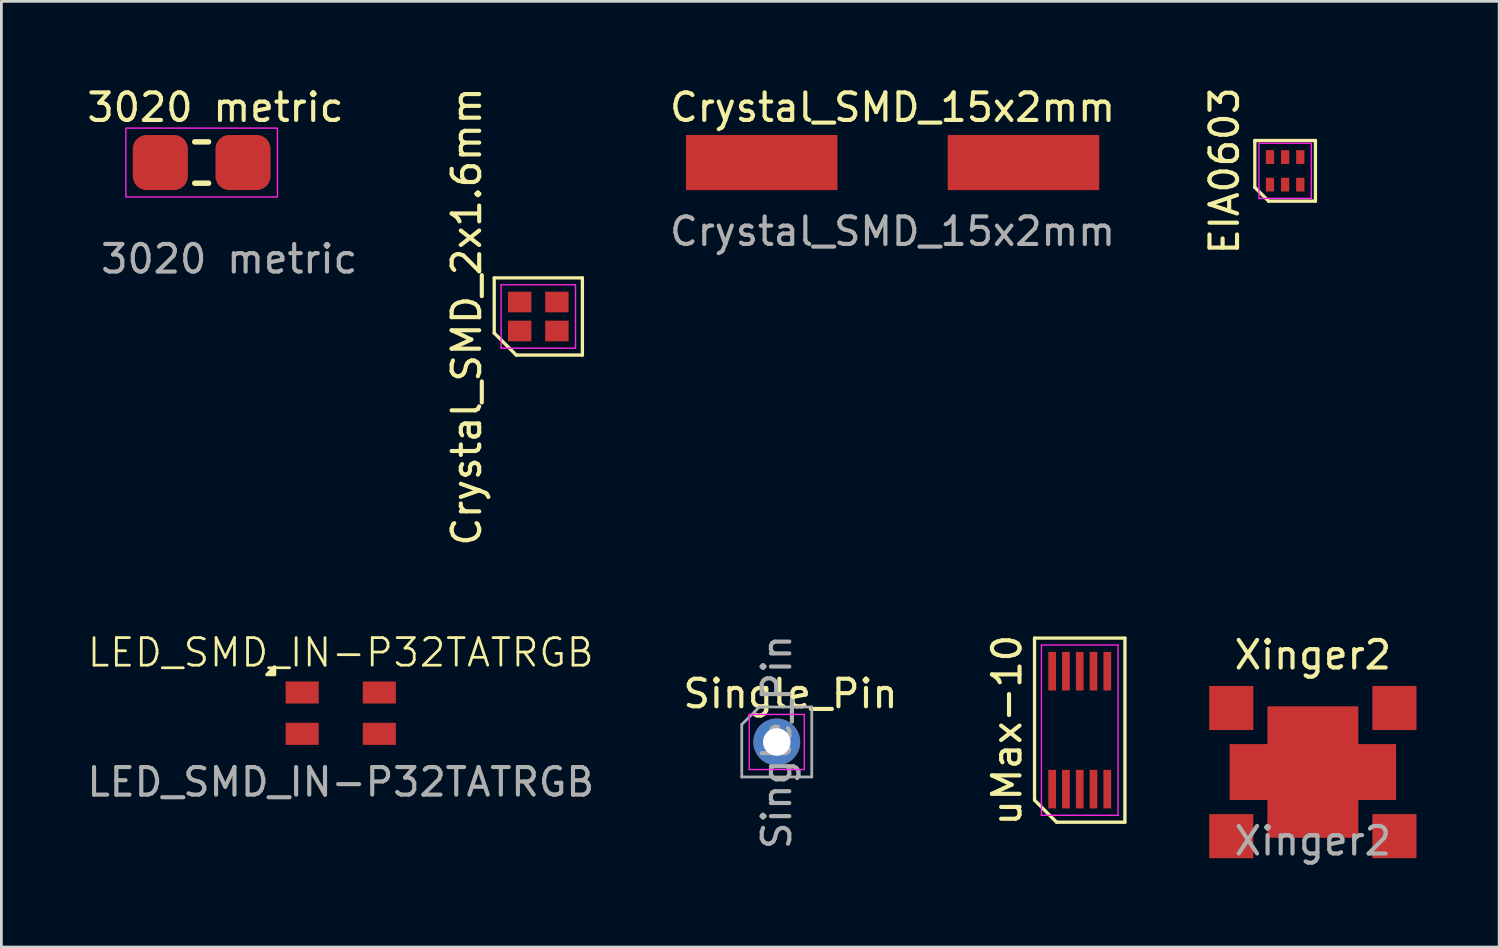
<source format=kicad_pcb>
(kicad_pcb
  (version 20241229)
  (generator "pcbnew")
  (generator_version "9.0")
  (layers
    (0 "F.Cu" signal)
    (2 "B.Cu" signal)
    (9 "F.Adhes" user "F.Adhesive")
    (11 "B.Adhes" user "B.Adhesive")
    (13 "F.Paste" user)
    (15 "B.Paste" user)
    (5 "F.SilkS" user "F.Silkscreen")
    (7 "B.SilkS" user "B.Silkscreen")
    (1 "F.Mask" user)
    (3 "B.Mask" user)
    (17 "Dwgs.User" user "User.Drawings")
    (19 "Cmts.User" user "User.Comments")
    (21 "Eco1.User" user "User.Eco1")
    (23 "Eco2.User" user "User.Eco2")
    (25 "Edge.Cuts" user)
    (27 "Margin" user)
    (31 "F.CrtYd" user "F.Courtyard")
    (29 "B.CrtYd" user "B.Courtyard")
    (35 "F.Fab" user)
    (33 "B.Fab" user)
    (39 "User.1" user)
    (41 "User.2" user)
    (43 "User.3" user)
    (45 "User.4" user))
  (footprint "LED_SMD_IN-P32TATRGB"
    (layer "F.Cu")
    (at 9.315 22.83)
    (property "Reference" "LED_SMD_IN-P32TATRGB" (at 0 -2.2 0) (unlocked yes) (layer "F.SilkS") (effects (font (size 1 1) (thickness 0.1))))
    (attr smd)
    (fp_poly (pts (xy -2.4 -1.4) (xy -2.68 -1.4) (xy -2.4 -1.68) (xy -2.4 -1.4)) (stroke (width 0.12) (type solid)) (fill yes) (layer "F.SilkS"))
    (fp_text user "${REFERENCE}" (at 0 2.5 0) (unlocked yes) (layer "F.Fab") (effects (font (size 1 1) (thickness 0.15))))
    (pad "1" smd rect (at -1.4 -0.75) (size 1.2 0.8) (layers "F.Cu" "F.Mask" "F.Paste"))
    (pad "2" smd rect (at 1.4 -0.75) (size 1.2 0.8) (layers "F.Cu" "F.Mask" "F.Paste"))
    (pad "3" smd rect (at -1.4 0.75) (size 1.2 0.8) (layers "F.Cu" "F.Mask" "F.Paste"))
    (pad "4" smd rect (at 1.4 0.75) (size 1.2 0.8) (layers "F.Cu" "F.Mask" "F.Paste")))
  (footprint "Xinger2"
    (layer "F.Cu")
    (at 44.591 24.967)
    (property "Reference" "Xinger2" (at 0 -4.25 0) (unlocked yes) (layer "F.SilkS") (effects (font (size 1 1) (thickness 0.15))))
    (attr smd)
    (fp_text user "${REFERENCE}" (at 0 2.5 0) (unlocked yes) (layer "F.Fab") (effects (font (size 1 1) (thickness 0.15))))
    (pad "1" smd rect (at -2.96 -2.325) (size 1.6 1.6) (layers "F.Cu" "F.Mask" "F.Paste"))
    (pad "2" smd rect (at 2.96 -2.325) (size 1.6 1.6) (layers "F.Cu" "F.Mask" "F.Paste"))
    (pad "3" smd rect (at 2.96 2.325) (size 1.6 1.6) (layers "F.Cu" "F.Mask" "F.Paste"))
    (pad "4" smd rect (at -2.96 2.325) (size 1.6 1.6) (layers "F.Cu" "F.Mask" "F.Paste"))
    (pad "5" smd custom (at 0 0) (size 1.6 1.6) (layers "F.Cu" "F.Mask" "F.Paste") (options (anchor rect)) (primitives (gr_poly (pts (xy 1.65 -2.385) (xy 1.65 -1.015) (xy 3.02 -1.015) (xy 3.02 1.015) (xy 1.65 1.015) (xy 1.65 2.385) (xy -1.65 2.385) (xy -1.65 1.015) (xy -3.02 1.015) (xy -3.02 -1.015) (xy -1.65 -1.015) (xy -1.65 -2.385)) (width 0) (fill yes)))))
  (footprint "3020 metric"
    (layer "F.Cu")
    (at 4.268 2.848)
    (property "Reference" "3020 metric" (at 0.5 -2 0) (unlocked yes) (layer "F.SilkS") (effects (font (size 1 1) (thickness 0.15))))
    (attr smd)
    (fp_line (start -0.25 -0.75) (end 0.25 -0.75) (stroke (width 0.2) (type solid)) (layer "F.SilkS"))
    (fp_line (start -0.25 0.75) (end 0.25 0.75) (stroke (width 0.2) (type solid)) (layer "F.SilkS"))
    (fp_rect (start -2.75 -1.25) (end 2.75 1.25) (stroke (width 0.05) (type solid)) (fill no) (layer "F.CrtYd"))
    (fp_text user "${REFERENCE}" (at 1 3.5 0) (unlocked yes) (layer "F.Fab") (effects (font (size 1 1) (thickness 0.15))))
    (pad "1" smd roundrect (at -1.5 0) (size 2 2) (layers "F.Cu" "F.Mask" "F.Paste") (roundrect_rratio 0.25))
    (pad "2" smd roundrect (at 1.5 0) (size 2 2) (layers "F.Cu" "F.Mask" "F.Paste") (roundrect_rratio 0.25)))
  (footprint "EIA0603"
    (layer "F.Cu")
    (at 43.585 3.149)
    (property "Reference" "EIA0603" (at -2.2 0 90) (layer "F.SilkS") (effects (font (size 1 1) (thickness 0.15))))
    (attr smd)
    (fp_line (start -1.1 -1.1) (end 1.1 -1.1) (stroke (width 0.12) (type solid)) (layer "F.SilkS"))
    (fp_line (start -1.1 0.6) (end -1.1 -1.1) (stroke (width 0.12) (type solid)) (layer "F.SilkS"))
    (fp_line (start -0.6 1.1) (end -1.1 0.6) (stroke (width 0.12) (type solid)) (layer "F.SilkS"))
    (fp_line (start 1.1 -1.1) (end 1.1 1.1) (stroke (width 0.12) (type solid)) (layer "F.SilkS"))
    (fp_line (start 1.1 1.1) (end -0.6 1.1) (stroke (width 0.12) (type solid)) (layer "F.SilkS"))
    (fp_line (start -0.95 -1) (end 0.95 -1) (stroke (width 0.05) (type solid)) (layer "F.CrtYd"))
    (fp_line (start -0.95 1) (end -0.95 -1) (stroke (width 0.05) (type solid)) (layer "F.CrtYd"))
    (fp_line (start 0.95 -1) (end 0.95 1) (stroke (width 0.05) (type solid)) (layer "F.CrtYd"))
    (fp_line (start 0.95 1) (end -0.95 1) (stroke (width 0.05) (type solid)) (layer "F.CrtYd"))
    (pad "1" smd rect (at -0.55 0.5) (size 0.3 0.5) (layers "F.Cu" "F.Mask" "F.Paste"))
    (pad "2" smd rect (at 0 0.5) (size 0.3 0.5) (layers "F.Cu" "F.Mask" "F.Paste"))
    (pad "3" smd rect (at 0.55 0.5) (size 0.3 0.5) (layers "F.Cu" "F.Mask" "F.Paste"))
    (pad "4" smd rect (at 0.55 -0.5) (size 0.3 0.5) (layers "F.Cu" "F.Mask" "F.Paste"))
    (pad "5" smd rect (at 0 -0.5) (size 0.3 0.5) (layers "F.Cu" "F.Mask" "F.Paste"))
    (pad "6" smd rect (at -0.55 -0.5) (size 0.3 0.5) (layers "F.Cu" "F.Mask" "F.Paste")))
  (footprint "Crystal_SMD_15x2mm"
    (layer "F.Cu")
    (at 29.34 2.848)
    (property "Reference" "Crystal_SMD_15x2mm" (at 0 -2 0) (unlocked yes) (layer "F.SilkS") (effects (font (size 1 1) (thickness 0.15))))
    (attr smd)
    (fp_text user "${REFERENCE}" (at 0 2.5 0) (unlocked yes) (layer "F.Fab") (effects (font (size 1 1) (thickness 0.15))))
    (pad "1" smd rect (at -4.75 0) (size 5.5 2) (layers "F.Cu" "F.Mask" "F.Paste"))
    (pad "2" smd rect (at 4.75 0) (size 5.5 2) (layers "F.Cu" "F.Mask" "F.Paste")))
  (footprint "Single_Pin"
    (layer "F.Cu")
    (at 25.137 23.875)
    (property "Reference" "Single_Pin" (at 0.5 -1.75 0) (layer "F.SilkS") (effects (font (size 1 1) (thickness 0.15))))
    (attr through_hole)
    (fp_line (start -1 -1) (end -1 1) (stroke (width 0.05) (type solid)) (layer "F.CrtYd"))
    (fp_line (start -1 1) (end 1 1) (stroke (width 0.05) (type solid)) (layer "F.CrtYd"))
    (fp_line (start 1 -1) (end -1 -1) (stroke (width 0.05) (type solid)) (layer "F.CrtYd"))
    (fp_line (start 1 1) (end 1 -1) (stroke (width 0.05) (type solid)) (layer "F.CrtYd"))
    (fp_line (start -1.27 -0.635) (end -0.635 -1.27) (stroke (width 0.1) (type solid)) (layer "F.Fab"))
    (fp_line (start -1.27 1.27) (end -1.27 -0.635) (stroke (width 0.1) (type solid)) (layer "F.Fab"))
    (fp_line (start -0.635 -1.27) (end 1.27 -1.27) (stroke (width 0.1) (type solid)) (layer "F.Fab"))
    (fp_line (start 1.27 -1.27) (end 1.27 1.27) (stroke (width 0.1) (type solid)) (layer "F.Fab"))
    (fp_line (start 1.27 1.27) (end -1.27 1.27) (stroke (width 0.1) (type solid)) (layer "F.Fab"))
    (fp_text user "${REFERENCE}" (at 0 0 90) (layer "F.Fab") (effects (font (size 1 1) (thickness 0.15))))
    (pad "1" thru_hole circle (at 0 0) (size 1.7 1.7) (drill 1) (layers "*.Cu" "*.Mask")))
  (footprint "Crystal_SMD_2x1.6mm"
    (layer "F.Cu")
    (at 16.484 8.435)
    (property "Reference" "Crystal_SMD_2x1.6mm" (at -2.6 0 90) (layer "F.SilkS") (effects (font (size 1 1) (thickness 0.15))))
    (attr through_hole)
    (fp_line (start -1.6 -1.4) (end 1.6 -1.4) (stroke (width 0.12) (type solid)) (layer "F.SilkS"))
    (fp_line (start -1.6 0.6) (end -1.6 -1.4) (stroke (width 0.12) (type solid)) (layer "F.SilkS"))
    (fp_line (start -0.8 1.4) (end -1.6 0.6) (stroke (width 0.12) (type solid)) (layer "F.SilkS"))
    (fp_line (start 1.6 -1.4) (end 1.6 1.4) (stroke (width 0.12) (type solid)) (layer "F.SilkS"))
    (fp_line (start 1.6 1.4) (end -0.8 1.4) (stroke (width 0.12) (type solid)) (layer "F.SilkS"))
    (fp_line (start -1.35 -1.15) (end 1.35 -1.15) (stroke (width 0.05) (type solid)) (layer "F.CrtYd"))
    (fp_line (start -1.35 1.15) (end -1.35 -1.15) (stroke (width 0.05) (type solid)) (layer "F.CrtYd"))
    (fp_line (start 1.35 -1.15) (end 1.35 1.15) (stroke (width 0.05) (type solid)) (layer "F.CrtYd"))
    (fp_line (start 1.35 1.15) (end -1.35 1.15) (stroke (width 0.05) (type solid)) (layer "F.CrtYd"))
    (pad "1" smd rect (at -0.675 0.525) (size 0.85 0.75) (layers "F.Cu" "F.Mask" "F.Paste"))
    (pad "2" smd rect (at 0.675 0.525) (size 0.85 0.75) (layers "F.Cu" "F.Mask" "F.Paste"))
    (pad "3" smd rect (at 0.675 -0.525) (size 0.85 0.75) (layers "F.Cu" "F.Mask" "F.Paste"))
    (pad "4" smd rect (at -0.675 -0.525) (size 0.85 0.75) (layers "F.Cu" "F.Mask" "F.Paste")))
  (footprint "uMax-10"
    (layer "F.Cu")
    (at 36.131 23.446)
    (property "Reference" "uMax-10" (at -2.64 0 90) (layer "F.SilkS") (effects (font (size 1 1) (thickness 0.15))))
    (attr through_hole)
    (fp_line (start -1.64 -3.34) (end 1.64 -3.34) (stroke (width 0.12) (type solid)) (layer "F.SilkS"))
    (fp_line (start -1.64 2.54) (end -1.64 -3.34) (stroke (width 0.12) (type solid)) (layer "F.SilkS"))
    (fp_line (start -0.84 3.34) (end -1.64 2.54) (stroke (width 0.12) (type solid)) (layer "F.SilkS"))
    (fp_line (start 1.64 -3.34) (end 1.64 3.34) (stroke (width 0.12) (type solid)) (layer "F.SilkS"))
    (fp_line (start 1.64 3.34) (end -0.84 3.34) (stroke (width 0.12) (type solid)) (layer "F.SilkS"))
    (fp_line (start -1.39 -3.09) (end 1.39 -3.09) (stroke (width 0.05) (type solid)) (layer "F.CrtYd"))
    (fp_line (start -1.39 3.09) (end -1.39 -3.09) (stroke (width 0.05) (type solid)) (layer "F.CrtYd"))
    (fp_line (start 1.39 -3.09) (end 1.39 3.09) (stroke (width 0.05) (type solid)) (layer "F.CrtYd"))
    (fp_line (start 1.39 3.09) (end -1.39 3.09) (stroke (width 0.05) (type solid)) (layer "F.CrtYd"))
    (pad "1" smd rect (at -1 2.14) (size 0.28 1.4) (layers "F.Cu" "F.Mask" "F.Paste"))
    (pad "2" smd rect (at -0.5 2.14) (size 0.28 1.4) (layers "F.Cu" "F.Mask" "F.Paste"))
    (pad "3" smd rect (at 0 2.14) (size 0.28 1.4) (layers "F.Cu" "F.Mask" "F.Paste"))
    (pad "4" smd rect (at 0.5 2.14) (size 0.28 1.4) (layers "F.Cu" "F.Mask" "F.Paste"))
    (pad "5" smd rect (at 1 2.14) (size 0.28 1.4) (layers "F.Cu" "F.Mask" "F.Paste"))
    (pad "6" smd rect (at 1 -2.14) (size 0.28 1.4) (layers "F.Cu" "F.Mask" "F.Paste"))
    (pad "7" smd rect (at 0.5 -2.14) (size 0.28 1.4) (layers "F.Cu" "F.Mask" "F.Paste"))
    (pad "8" smd rect (at 0 -2.14) (size 0.28 1.4) (layers "F.Cu" "F.Mask" "F.Paste"))
    (pad "9" smd rect (at -0.5 -2.14) (size 0.28 1.4) (layers "F.Cu" "F.Mask" "F.Paste"))
    (pad "10" smd rect (at -1 -2.14) (size 0.28 1.4) (layers "F.Cu" "F.Mask" "F.Paste")))
  (gr_rect
    (start -3 -3)
    (end 51.351 31.316)
    (stroke (width 0.1) (type default))
    (fill no)
    (layer "Edge.Cuts")))
</source>
